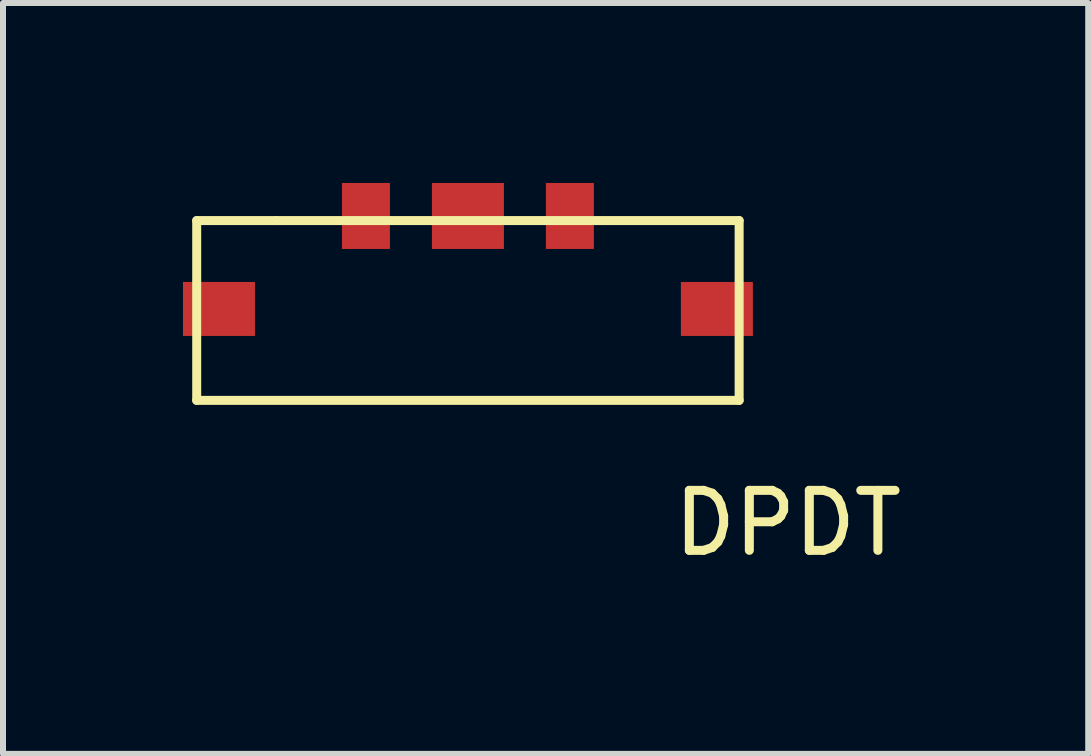
<source format=kicad_pcb>
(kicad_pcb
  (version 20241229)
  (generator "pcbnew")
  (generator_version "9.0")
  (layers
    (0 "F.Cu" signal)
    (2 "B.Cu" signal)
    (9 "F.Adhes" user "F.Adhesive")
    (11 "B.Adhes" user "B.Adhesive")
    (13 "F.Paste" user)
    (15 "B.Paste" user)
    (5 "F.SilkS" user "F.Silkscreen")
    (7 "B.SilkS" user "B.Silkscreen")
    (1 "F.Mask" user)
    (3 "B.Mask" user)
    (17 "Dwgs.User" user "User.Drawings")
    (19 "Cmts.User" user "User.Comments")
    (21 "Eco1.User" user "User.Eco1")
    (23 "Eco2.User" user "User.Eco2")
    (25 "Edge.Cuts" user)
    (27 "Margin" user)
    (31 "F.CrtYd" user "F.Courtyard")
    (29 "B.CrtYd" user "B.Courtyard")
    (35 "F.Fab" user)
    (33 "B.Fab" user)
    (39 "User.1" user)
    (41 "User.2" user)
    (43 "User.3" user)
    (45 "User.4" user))
  (footprint "DPDT"
    (layer "F.Cu")
    (at 4.75 2.1)
    (property "Reference" "DPDT" (at 5.334 3.569 0) (layer "F.SilkS") (effects (font (size 1 1) (thickness 0.15))))
    (attr through_hole)
    (fp_line (start -4.521 -1.473) (end -4.521 1.524) (stroke (width 0.15) (type solid)) (layer "F.SilkS"))
    (fp_line (start -3.2 -1.473) (end -4.521 -1.473) (stroke (width 0.15) (type solid)) (layer "F.SilkS"))
    (fp_line (start -3.2 -1.473) (end 4.521 -1.473) (stroke (width 0.15) (type solid)) (layer "F.SilkS"))
    (fp_line (start 4.521 -1.473) (end 4.521 1.524) (stroke (width 0.15) (type solid)) (layer "F.SilkS"))
    (fp_line (start 4.521 1.524) (end -4.521 1.524) (stroke (width 0.15) (type solid)) (layer "F.SilkS"))
    (pad "0" smd rect (at -4.15 0) (size 1.2 0.9) (layers "F.Cu" "F.Mask" "F.Paste"))
    (pad "0" smd rect (at 4.15 0) (size 1.2 0.9) (layers "F.Cu" "F.Mask" "F.Paste"))
    (pad "1" smd rect (at -1.7 -1.55) (size 0.8 1.1) (layers "F.Cu" "F.Mask" "F.Paste"))
    (pad "2" smd rect (at 0 -1.55) (size 1.2 1.1) (layers "F.Cu" "F.Mask" "F.Paste"))
    (pad "3" smd rect (at 1.7 -1.55) (size 0.8 1.1) (layers "F.Cu" "F.Mask" "F.Paste")))
  (gr_rect
    (start -3 -3)
    (end 15.09 9.517)
    (stroke (width 0.1) (type default))
    (fill no)
    (layer "Edge.Cuts")))
</source>
